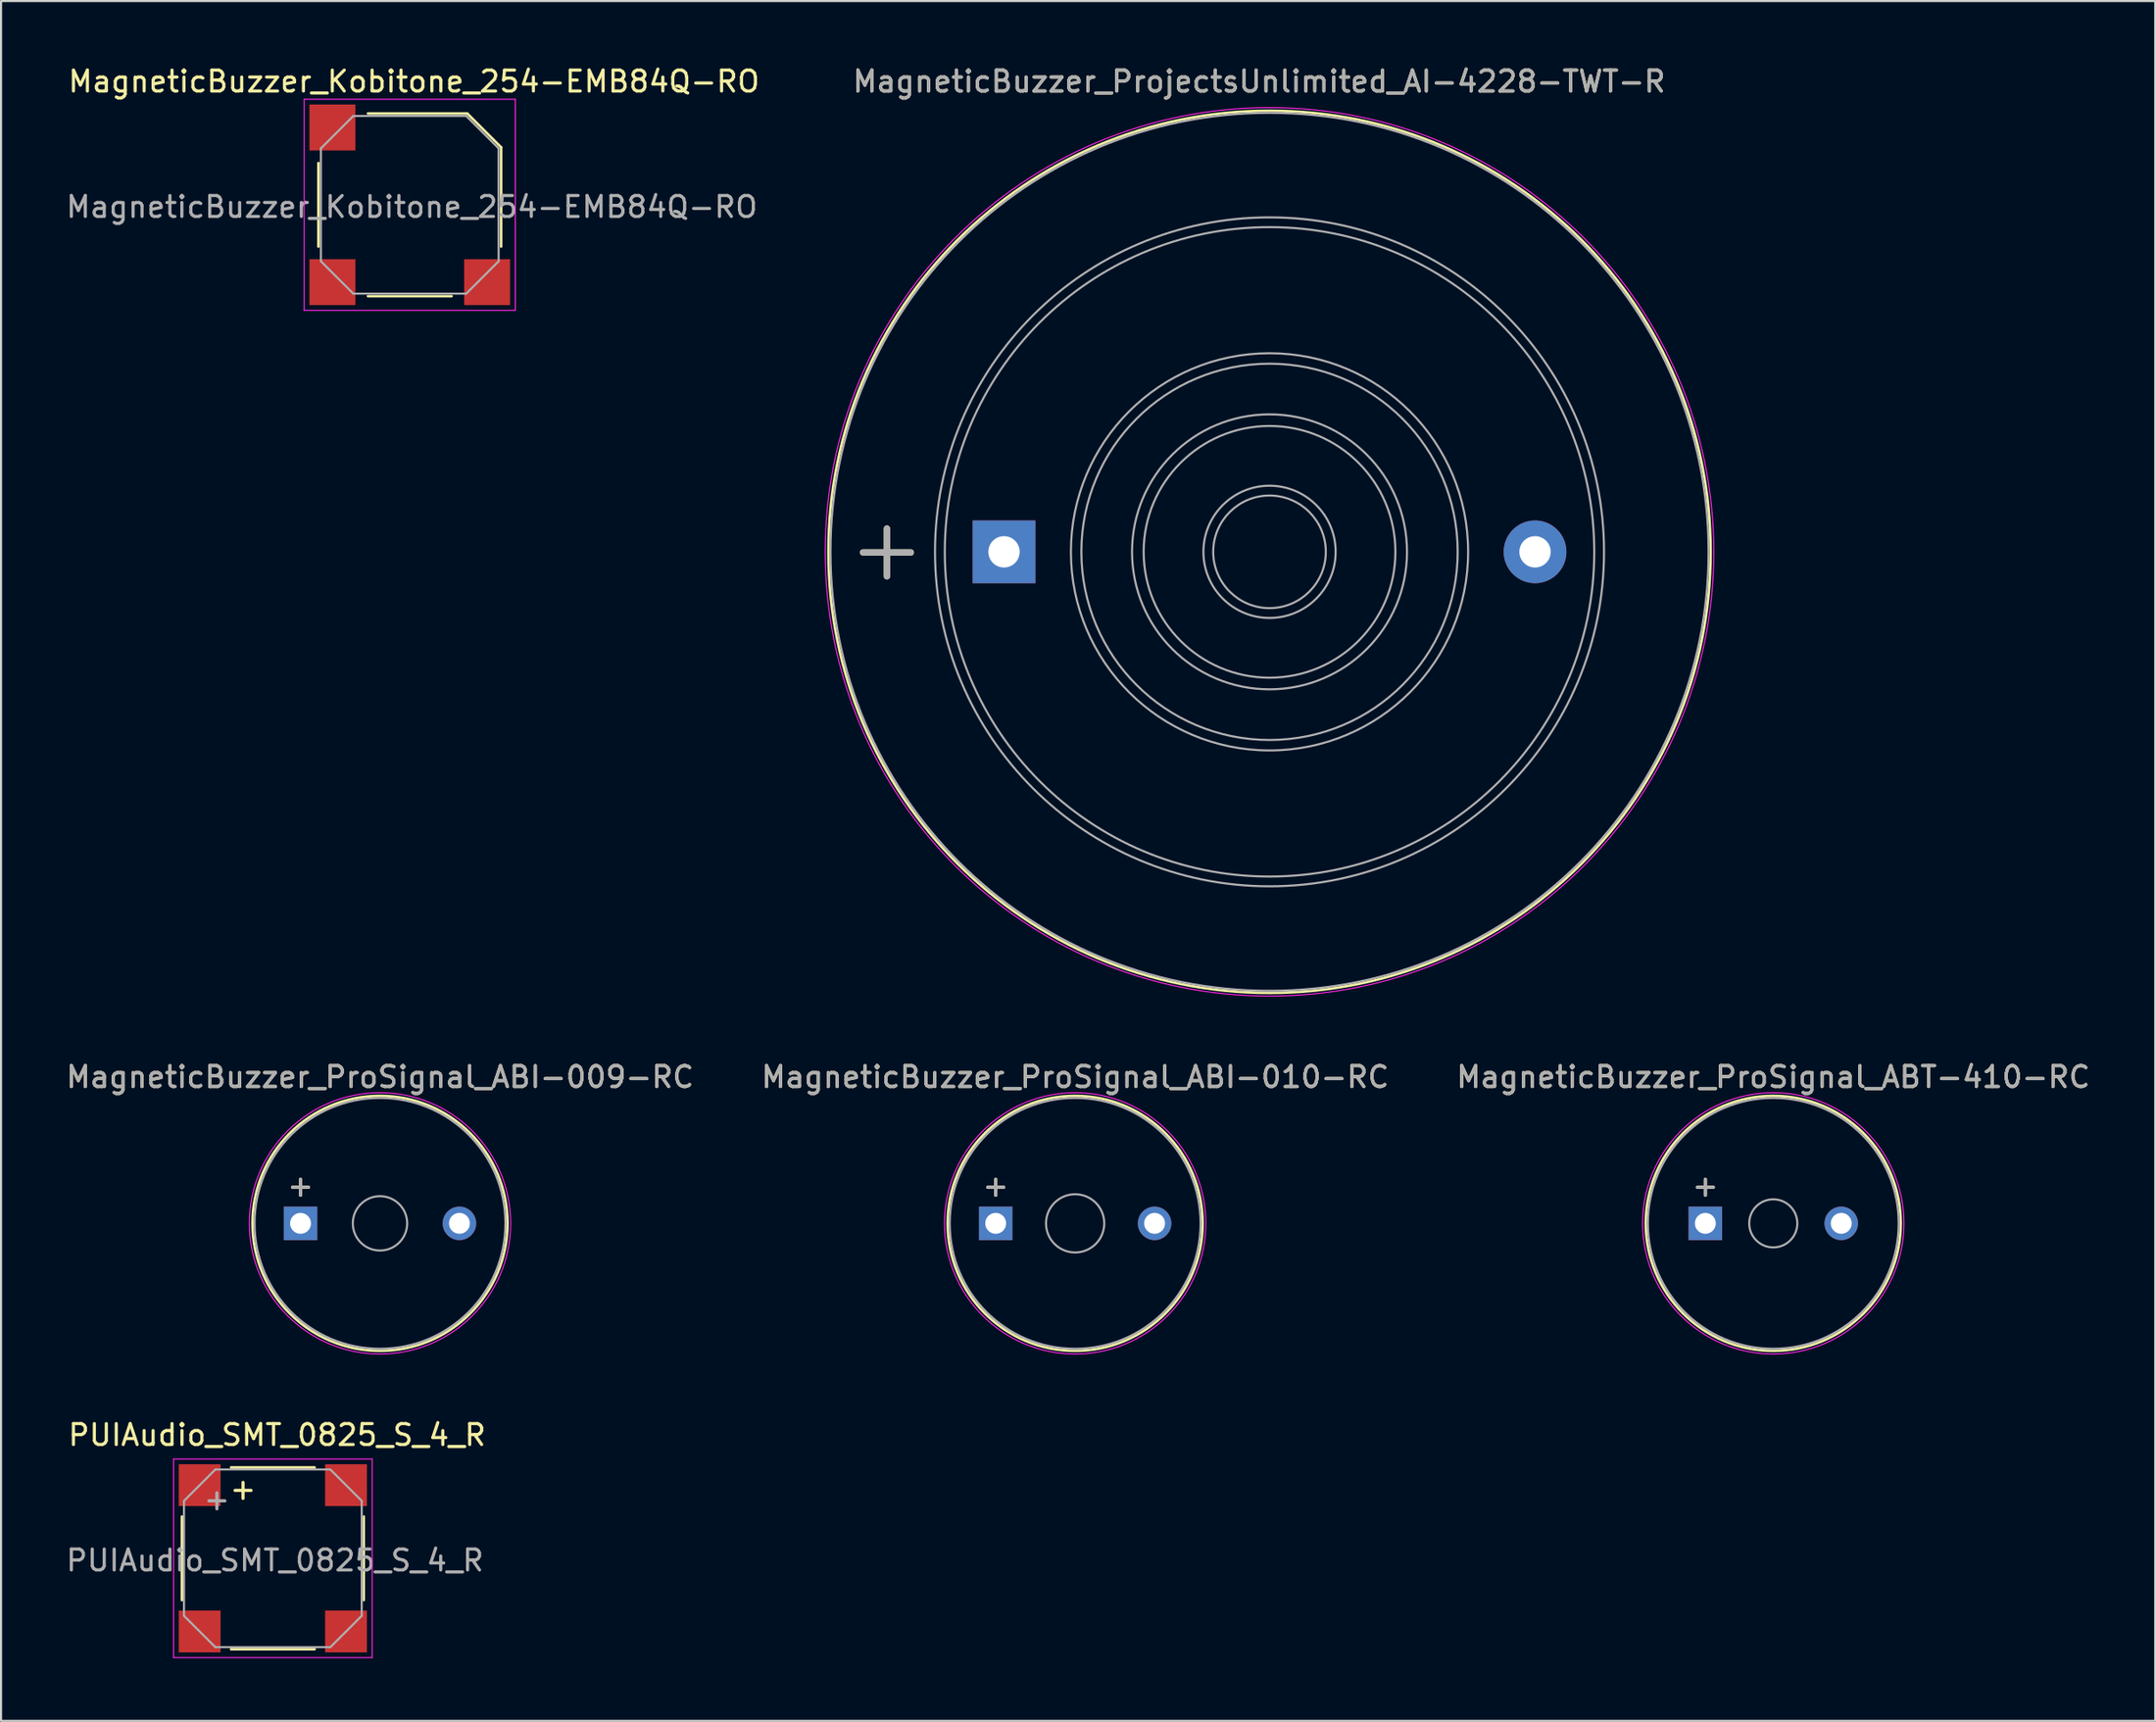
<source format=kicad_pcb>
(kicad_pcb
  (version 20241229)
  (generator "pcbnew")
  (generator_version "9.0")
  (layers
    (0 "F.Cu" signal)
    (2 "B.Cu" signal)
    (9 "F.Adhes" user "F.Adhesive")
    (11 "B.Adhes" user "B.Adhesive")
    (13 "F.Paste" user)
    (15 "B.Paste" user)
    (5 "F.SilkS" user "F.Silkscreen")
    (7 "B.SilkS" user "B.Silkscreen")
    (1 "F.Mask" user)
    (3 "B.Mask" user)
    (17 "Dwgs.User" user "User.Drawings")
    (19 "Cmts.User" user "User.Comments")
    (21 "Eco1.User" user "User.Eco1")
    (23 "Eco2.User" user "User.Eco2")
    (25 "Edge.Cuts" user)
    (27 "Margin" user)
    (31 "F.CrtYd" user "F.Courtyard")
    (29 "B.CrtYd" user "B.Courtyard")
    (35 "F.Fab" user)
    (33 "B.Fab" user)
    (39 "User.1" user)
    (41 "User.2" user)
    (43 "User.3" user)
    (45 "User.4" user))
  (footprint "MagneticBuzzer_ProjectsUnlimited_AI-4228-TWT-R"
    (layer "F.Cu")
    (at 44.973 23.348)
    (property "Reference" "MagneticBuzzer_ProjectsUnlimited_AI-4228-TWT-R" (at 12.2 -22.5 0) (layer "F.SilkS") (effects (font (size 1 1) (thickness 0.15))))
    (attr through_hole)
    (fp_circle (center 12.7 0) (end 33.8 0) (stroke (width 0.12) (type solid)) (fill no) (layer "F.SilkS"))
    (fp_circle (center 12.7 0) (end 33.95 0) (stroke (width 0.05) (type solid)) (fill no) (layer "F.CrtYd"))
    (fp_circle (center 12.7 0) (end 15.2 1) (stroke (width 0.1) (type solid)) (fill no) (layer "F.Fab"))
    (fp_circle (center 12.7 0) (end 15.7 1) (stroke (width 0.1) (type solid)) (fill no) (layer "F.Fab"))
    (fp_circle (center 12.7 0) (end 18.7 0.5) (stroke (width 0.1) (type solid)) (fill no) (layer "F.Fab"))
    (fp_circle (center 12.7 0) (end 19.2 1) (stroke (width 0.1) (type solid)) (fill no) (layer "F.Fab"))
    (fp_circle (center 12.7 0) (end 21.7 0) (stroke (width 0.1) (type solid)) (fill no) (layer "F.Fab"))
    (fp_circle (center 12.7 0) (end 22.2 0) (stroke (width 0.1) (type solid)) (fill no) (layer "F.Fab"))
    (fp_circle (center 12.7 0) (end 28.2 1) (stroke (width 0.1) (type solid)) (fill no) (layer "F.Fab"))
    (fp_circle (center 12.7 0) (end 28.7 0) (stroke (width 0.1) (type solid)) (fill no) (layer "F.Fab"))
    (fp_circle (center 12.7 0) (end 33.7 0) (stroke (width 0.1) (type solid)) (fill no) (layer "F.Fab"))
    (fp_text user "+" (at -5.6 -0.2 0) (layer "F.SilkS") (effects (font (size 3 3) (thickness 0.3))))
    (fp_text user "${REFERENCE}" (at 12.2 -22.5 0) (layer "F.Fab") (effects (font (size 1 1) (thickness 0.15))))
    (fp_text user "+" (at -5.6 -0.2 0) (layer "F.Fab") (effects (font (size 3 3) (thickness 0.3))))
    (pad "1" thru_hole rect (at 0 0) (size 3 3) (drill 1.5) (layers "*.Cu" "*.Mask"))
    (pad "2" thru_hole circle (at 25.4 0) (size 3 3) (drill 1.5) (layers "*.Cu" "*.Mask")))
  (footprint "MagneticBuzzer_Kobitone_254-EMB84Q-RO"
    (layer "F.Cu")
    (at 16.549 6.748)
    (property "Reference" "MagneticBuzzer_Kobitone_254-EMB84Q-RO" (at 0.2 -5.9 0) (layer "F.SilkS") (effects (font (size 1 1) (thickness 0.15))))
    (attr smd)
    (fp_line (start -4.37 -2) (end -4.37 2) (stroke (width 0.12) (type solid)) (layer "F.SilkS"))
    (fp_line (start -2 4.37) (end 2 4.37) (stroke (width 0.12) (type solid)) (layer "F.SilkS"))
    (fp_line (start 2.75 -4.37) (end -2 -4.37) (stroke (width 0.12) (type solid)) (layer "F.SilkS"))
    (fp_line (start 2.75 -4.37) (end 4.37 -2.75) (stroke (width 0.12) (type solid)) (layer "F.SilkS"))
    (fp_line (start 4.37 2) (end 4.37 -2.75) (stroke (width 0.12) (type solid)) (layer "F.SilkS"))
    (fp_line (start -5.05 -5.05) (end 5.05 -5.05) (stroke (width 0.05) (type solid)) (layer "F.CrtYd"))
    (fp_line (start -5.05 5.05) (end -5.05 -5.05) (stroke (width 0.05) (type solid)) (layer "F.CrtYd"))
    (fp_line (start 5.05 -5.05) (end 5.05 5.05) (stroke (width 0.05) (type solid)) (layer "F.CrtYd"))
    (fp_line (start 5.05 5.05) (end -5.05 5.05) (stroke (width 0.05) (type solid)) (layer "F.CrtYd"))
    (fp_line (start -4.25 -2.7) (end -2.7 -4.25) (stroke (width 0.1) (type solid)) (layer "F.Fab"))
    (fp_line (start -4.25 2.7) (end -4.25 -2.7) (stroke (width 0.1) (type solid)) (layer "F.Fab"))
    (fp_line (start -2.7 -4.25) (end 2.7 -4.25) (stroke (width 0.1) (type solid)) (layer "F.Fab"))
    (fp_line (start -2.7 4.25) (end -4.25 2.7) (stroke (width 0.1) (type solid)) (layer "F.Fab"))
    (fp_line (start 2.7 -4.25) (end 4.25 -2.7) (stroke (width 0.1) (type solid)) (layer "F.Fab"))
    (fp_line (start 2.7 4.25) (end -2.7 4.25) (stroke (width 0.1) (type solid)) (layer "F.Fab"))
    (fp_line (start 4.25 -2.7) (end 4.25 2.7) (stroke (width 0.1) (type solid)) (layer "F.Fab"))
    (fp_line (start 4.25 2.7) (end 2.7 4.25) (stroke (width 0.1) (type solid)) (layer "F.Fab"))
    (fp_text user "${REFERENCE}" (at 0.1 0.1 0) (layer "F.Fab") (effects (font (size 1 1) (thickness 0.15))))
    (pad "1" smd rect (at -3.7 -3.7 270) (size 2.195 2.195) (layers "F.Cu" "F.Mask" "F.Paste"))
    (pad "2" smd rect (at -3.7 3.7 270) (size 2.195 2.195) (layers "F.Cu" "F.Mask" "F.Paste"))
    (pad "3" smd rect (at 3.7 3.7 270) (size 2.195 2.195) (layers "F.Cu" "F.Mask" "F.Paste")))
  (footprint "MagneticBuzzer_ProSignal_ABT-410-RC"
    (layer "F.Cu")
    (at 78.518 55.471)
    (property "Reference" "MagneticBuzzer_ProSignal_ABT-410-RC" (at 3.25 -7 0) (layer "F.SilkS") (effects (font (size 1 1) (thickness 0.15))))
    (attr through_hole)
    (fp_circle (center 3.25 0) (end 9.35 0) (stroke (width 0.12) (type solid)) (fill no) (layer "F.SilkS"))
    (fp_circle (center 3.25 0) (end 9.5 0) (stroke (width 0.05) (type solid)) (fill no) (layer "F.CrtYd"))
    (fp_circle (center 3.25 0) (end 4.4 0) (stroke (width 0.1) (type solid)) (fill no) (layer "F.Fab"))
    (fp_circle (center 3.25 0) (end 9.25 0) (stroke (width 0.1) (type solid)) (fill no) (layer "F.Fab"))
    (fp_text user "+" (at 0 -1.8 0) (layer "F.SilkS") (effects (font (size 1 1) (thickness 0.15))))
    (fp_text user "${REFERENCE}" (at 3.25 -7 0) (layer "F.Fab") (effects (font (size 1 1) (thickness 0.15))))
    (fp_text user "+" (at 0 -1.8 0) (layer "F.Fab") (effects (font (size 1 1) (thickness 0.15))))
    (pad "1" thru_hole rect (at 0 0) (size 1.6 1.6) (drill 1) (layers "*.Cu" "*.Mask"))
    (pad "2" thru_hole circle (at 6.5 0) (size 1.6 1.6) (drill 1) (layers "*.Cu" "*.Mask")))
  (footprint "PUIAudio_SMT_0825_S_4_R"
    (layer "F.Cu")
    (at 10.001 71.495)
    (property "Reference" "PUIAudio_SMT_0825_S_4_R" (at 0.2 -5.9 0) (layer "F.SilkS") (effects (font (size 1 1) (thickness 0.15))))
    (attr smd)
    (fp_line (start -4.35 -2) (end -4.35 2) (stroke (width 0.12) (type solid)) (layer "F.SilkS"))
    (fp_line (start -2 4.35) (end 2 4.35) (stroke (width 0.12) (type solid)) (layer "F.SilkS"))
    (fp_line (start 2 -4.35) (end -2 -4.35) (stroke (width 0.12) (type solid)) (layer "F.SilkS"))
    (fp_line (start 4.35 2) (end 4.35 -2) (stroke (width 0.12) (type solid)) (layer "F.SilkS"))
    (fp_line (start -4.75 -4.75) (end 4.75 -4.75) (stroke (width 0.05) (type solid)) (layer "F.CrtYd"))
    (fp_line (start -4.75 4.75) (end -4.75 -4.75) (stroke (width 0.05) (type solid)) (layer "F.CrtYd"))
    (fp_line (start 4.75 -4.75) (end 4.75 4.75) (stroke (width 0.05) (type solid)) (layer "F.CrtYd"))
    (fp_line (start 4.75 4.75) (end -4.75 4.75) (stroke (width 0.05) (type solid)) (layer "F.CrtYd"))
    (fp_line (start -4.25 -2.75) (end -2.75 -4.25) (stroke (width 0.1) (type solid)) (layer "F.Fab"))
    (fp_line (start -4.25 2.75) (end -4.25 -2.75) (stroke (width 0.1) (type solid)) (layer "F.Fab"))
    (fp_line (start -2.75 -4.25) (end 2.75 -4.25) (stroke (width 0.1) (type solid)) (layer "F.Fab"))
    (fp_line (start -2.75 4.25) (end -4.25 2.75) (stroke (width 0.1) (type solid)) (layer "F.Fab"))
    (fp_line (start 2.75 -4.25) (end 4.25 -2.75) (stroke (width 0.1) (type solid)) (layer "F.Fab"))
    (fp_line (start 2.75 4.25) (end -2.75 4.25) (stroke (width 0.1) (type solid)) (layer "F.Fab"))
    (fp_line (start 4.25 -2.75) (end 4.25 2.75) (stroke (width 0.1) (type solid)) (layer "F.Fab"))
    (fp_line (start 4.25 2.75) (end 2.75 4.25) (stroke (width 0.1) (type solid)) (layer "F.Fab"))
    (fp_text user "+" (at -1.5 -3.25 270) (layer "F.SilkS") (effects (font (size 1 1) (thickness 0.15))))
    (fp_text user "${REFERENCE}" (at 0.1 0.1 0) (layer "F.Fab") (effects (font (size 1 1) (thickness 0.15))))
    (fp_text user "+" (at -2.75 -2.75 270) (layer "F.Fab") (effects (font (size 1 1) (thickness 0.15))))
    (pad "1" smd rect (at -3.5 -3.5 270) (size 2 2) (layers "F.Cu" "F.Mask" "F.Paste"))
    (pad "2" smd rect (at -3.5 3.5 270) (size 2 2) (layers "F.Cu" "F.Mask" "F.Paste"))
    (pad "3" smd rect (at 3.5 3.5 270) (size 2 2) (layers "F.Cu" "F.Mask" "F.Paste"))
    (pad "4" smd rect (at 3.5 -3.5 270) (size 2 2) (layers "F.Cu" "F.Mask" "F.Paste")))
  (footprint "MagneticBuzzer_ProSignal_ABI-010-RC"
    (layer "F.Cu")
    (at 44.575 55.471)
    (property "Reference" "MagneticBuzzer_ProSignal_ABI-010-RC" (at 3.8 -7 0) (layer "F.SilkS") (effects (font (size 1 1) (thickness 0.15))))
    (attr through_hole)
    (fp_circle (center 3.8 0) (end 9.9 0) (stroke (width 0.12) (type solid)) (fill no) (layer "F.SilkS"))
    (fp_circle (center 3.8 0) (end 10.05 0) (stroke (width 0.05) (type solid)) (fill no) (layer "F.CrtYd"))
    (fp_circle (center 3.8 0) (end 5.1 0.5) (stroke (width 0.1) (type solid)) (fill no) (layer "F.Fab"))
    (fp_circle (center 3.8 0) (end 9.8 0) (stroke (width 0.1) (type solid)) (fill no) (layer "F.Fab"))
    (fp_text user "+" (at 0 -1.8 0) (layer "F.SilkS") (effects (font (size 1 1) (thickness 0.15))))
    (fp_text user "${REFERENCE}" (at 3.8 -7 0) (layer "F.Fab") (effects (font (size 1 1) (thickness 0.15))))
    (fp_text user "+" (at 0 -1.8 0) (layer "F.Fab") (effects (font (size 1 1) (thickness 0.15))))
    (pad "1" thru_hole rect (at 0 0) (size 1.6 1.6) (drill 1) (layers "*.Cu" "*.Mask"))
    (pad "2" thru_hole circle (at 7.6 0) (size 1.6 1.6) (drill 1) (layers "*.Cu" "*.Mask")))
  (footprint "MagneticBuzzer_ProSignal_ABI-009-RC"
    (layer "F.Cu")
    (at 11.325 55.471)
    (property "Reference" "MagneticBuzzer_ProSignal_ABI-009-RC" (at 3.8 -7 0) (layer "F.SilkS") (effects (font (size 1 1) (thickness 0.15))))
    (attr through_hole)
    (fp_circle (center 3.8 0) (end 9.9 0) (stroke (width 0.12) (type solid)) (fill no) (layer "F.SilkS"))
    (fp_circle (center 3.8 0) (end 10.05 0) (stroke (width 0.05) (type solid)) (fill no) (layer "F.CrtYd"))
    (fp_circle (center 3.8 0) (end 5.1 0) (stroke (width 0.1) (type solid)) (fill no) (layer "F.Fab"))
    (fp_circle (center 3.8 0) (end 9.8 0) (stroke (width 0.1) (type solid)) (fill no) (layer "F.Fab"))
    (fp_text user "+" (at 0 -1.8 0) (layer "F.SilkS") (effects (font (size 1 1) (thickness 0.15))))
    (fp_text user "+" (at 0 -1.8 0) (layer "F.Fab") (effects (font (size 1 1) (thickness 0.15))))
    (fp_text user "${REFERENCE}" (at 3.8 -7 0) (layer "F.Fab") (effects (font (size 1 1) (thickness 0.15))))
    (pad "1" thru_hole rect (at 0 0) (size 1.6 1.6) (drill 1) (layers "*.Cu" "*.Mask"))
    (pad "2" thru_hole circle (at 7.6 0) (size 1.6 1.6) (drill 1) (layers "*.Cu" "*.Mask")))
  (gr_rect
    (start -3 -3)
    (end 100.036 79.27)
    (stroke (width 0.1) (type default))
    (fill no)
    (layer "Edge.Cuts")))
</source>
